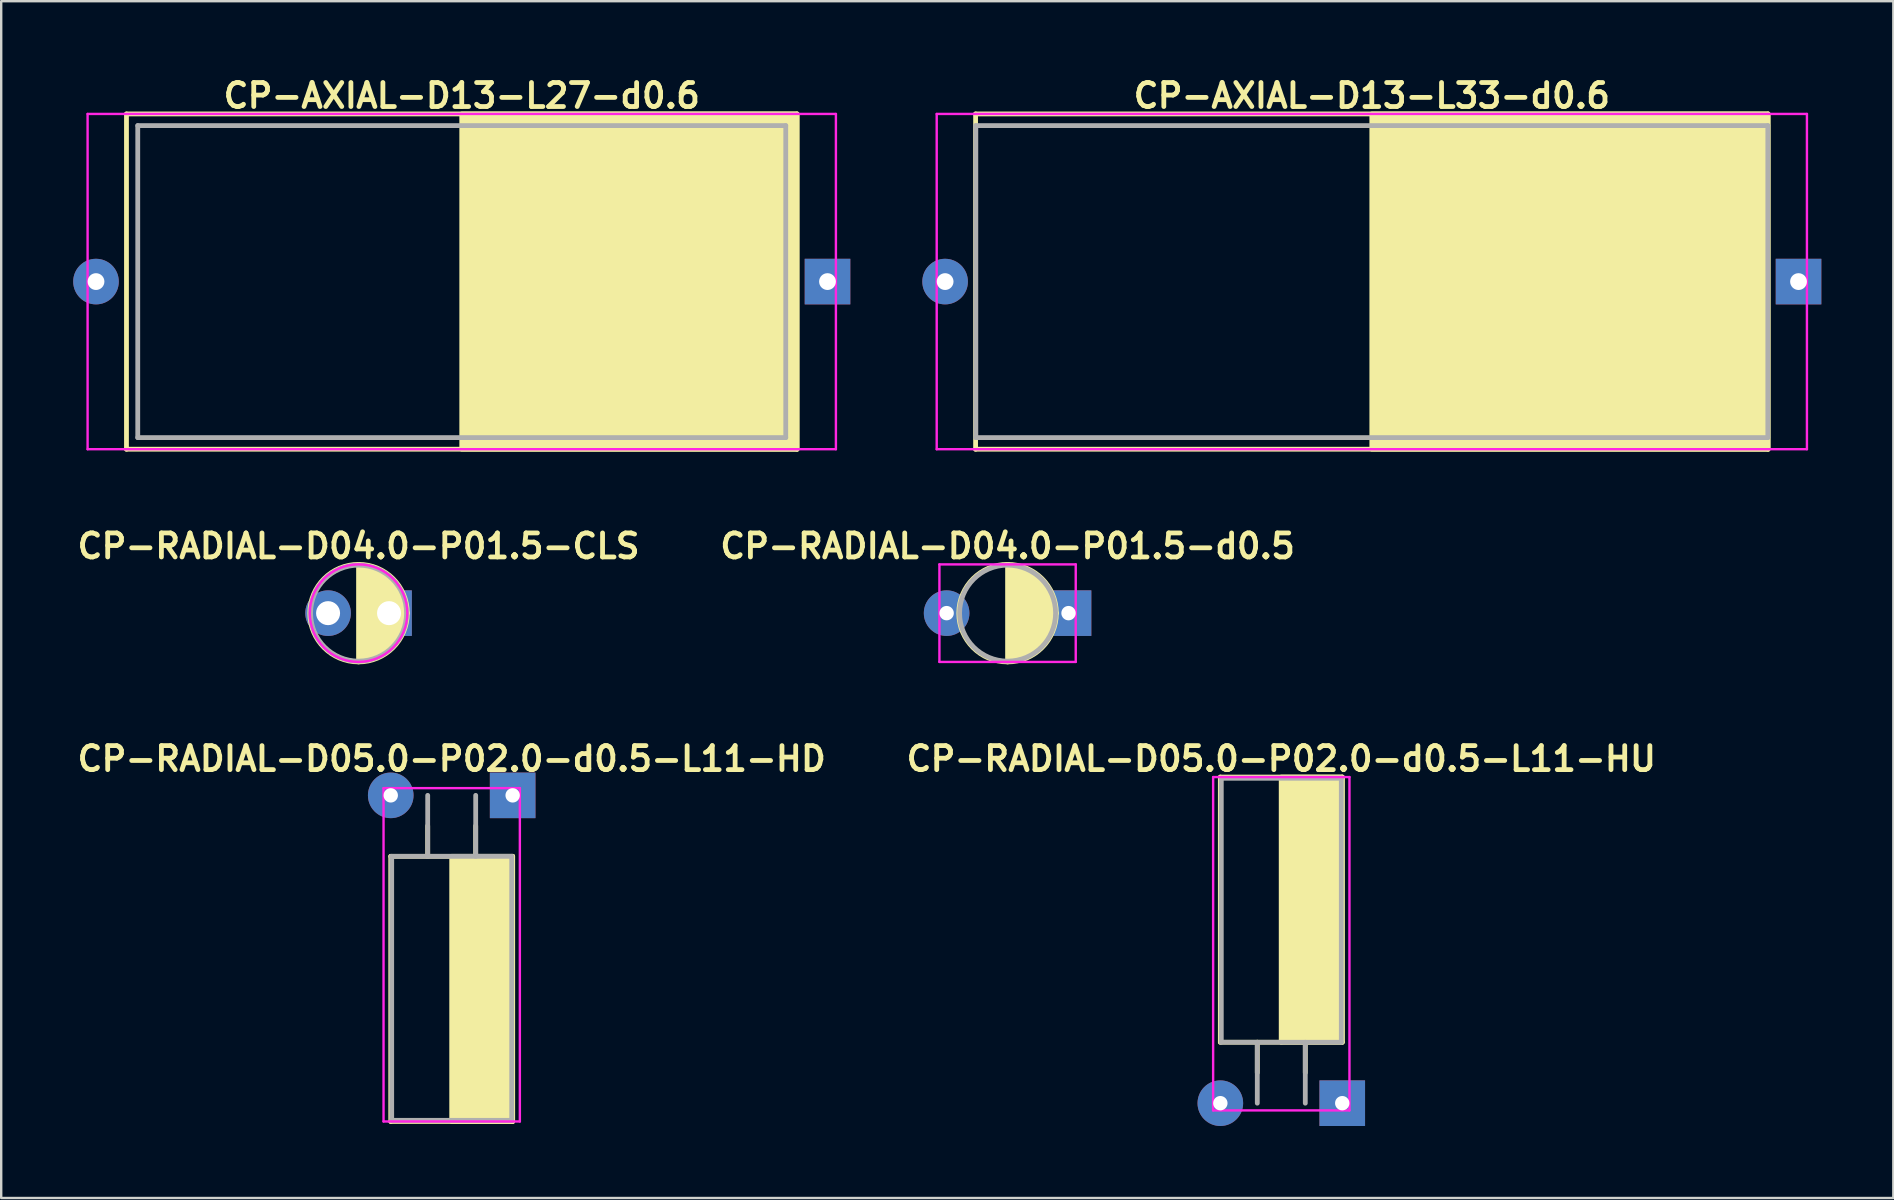
<source format=kicad_pcb>
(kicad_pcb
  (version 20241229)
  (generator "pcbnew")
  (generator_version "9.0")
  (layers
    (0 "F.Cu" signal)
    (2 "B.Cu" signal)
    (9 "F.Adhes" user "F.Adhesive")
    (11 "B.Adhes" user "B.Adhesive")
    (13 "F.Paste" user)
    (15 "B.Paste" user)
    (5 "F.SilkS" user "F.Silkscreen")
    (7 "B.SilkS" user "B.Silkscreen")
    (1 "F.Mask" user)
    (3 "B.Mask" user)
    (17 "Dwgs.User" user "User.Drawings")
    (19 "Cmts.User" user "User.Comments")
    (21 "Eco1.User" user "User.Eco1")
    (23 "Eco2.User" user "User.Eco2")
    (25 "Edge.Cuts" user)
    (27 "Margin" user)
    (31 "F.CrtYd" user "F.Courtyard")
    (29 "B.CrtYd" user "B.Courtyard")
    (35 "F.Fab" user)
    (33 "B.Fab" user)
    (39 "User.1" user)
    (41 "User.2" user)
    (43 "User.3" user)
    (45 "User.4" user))
  (footprint "CP-RADIAL-D04.0-P01.5-CLS"
    (layer "F.Cu")
    (at 11.89 22.498)
    (property "Reference" "CP-RADIAL-D04.0-P01.5-CLS" (at 0 -2.794 0) (layer "F.SilkS") (effects (font (size 1 1) (thickness 0.2))))
    (attr through_hole)
    (fp_circle (center 0 0) (end 2.032 0) (stroke (width 0.2) (type solid)) (fill no) (layer "F.SilkS"))
    (fp_poly (pts (xy 0 -2.032) (xy 1.397 -1.397) (xy 2.032 0) (xy 1.397 1.397) (xy 0 2.032)) (stroke (width 0.2) (type solid)) (fill yes) (layer "F.SilkS"))
    (fp_circle (center 0 0) (end 2.032 0) (stroke (width 0.1) (type solid)) (fill no) (layer "F.CrtYd"))
    (fp_circle (center 0 0) (end 2 0) (stroke (width 0.2) (type solid)) (fill no) (layer "F.Fab"))
    (pad "+" thru_hole circle (at -1.27 0) (size 1.9 1.9) (drill 1) (layers "*.Cu" "*.Mask"))
    (pad "-" thru_hole rect (at 1.27 0) (size 1.9 1.9) (drill 1) (layers "*.Cu" "*.Mask")))
  (footprint "CP-RADIAL-D05.0-P02.0-d0.5-L11-HD"
    (layer "F.Cu")
    (at 15.771 30.09)
    (property "Reference" "CP-RADIAL-D05.0-P02.0-d0.5-L11-HD" (at 0 -1.524 0) (layer "F.SilkS") (effects (font (size 1 1) (thickness 0.2))))
    (attr through_hole)
    (fp_line (start -2.54 2.54) (end 2.54 2.54) (stroke (width 0.2) (type solid)) (layer "F.SilkS"))
    (fp_line (start -2.54 13.589) (end -2.54 2.54) (stroke (width 0.2) (type solid)) (layer "F.SilkS"))
    (fp_line (start -2.54 13.589) (end 2.54 13.589) (stroke (width 0.2) (type solid)) (layer "F.SilkS"))
    (fp_line (start -1 2.54) (end -1 1.27) (stroke (width 0.2) (type solid)) (layer "F.SilkS"))
    (fp_line (start 1 2.54) (end 1 1.27) (stroke (width 0.2) (type solid)) (layer "F.SilkS"))
    (fp_line (start 2.54 13.589) (end 2.54 2.54) (stroke (width 0.2) (type solid)) (layer "F.SilkS"))
    (fp_poly (pts (xy 0 2.54) (xy 2.54 2.54) (xy 2.54 13.589) (xy 0 13.589)) (stroke (width 0.2) (type solid)) (fill yes) (layer "F.SilkS"))
    (fp_line (start -2.84 -0.3) (end 2.84 -0.3) (stroke (width 0.1) (type solid)) (layer "F.CrtYd"))
    (fp_line (start -2.84 13.589) (end -2.84 -0.3) (stroke (width 0.1) (type solid)) (layer "F.CrtYd"))
    (fp_line (start -2.84 13.589) (end 2.84 13.589) (stroke (width 0.1) (type solid)) (layer "F.CrtYd"))
    (fp_line (start 2.84 13.589) (end 2.84 -0.3) (stroke (width 0.1) (type solid)) (layer "F.CrtYd"))
    (fp_line (start -2.5 2.54) (end 2.5 2.54) (stroke (width 0.2) (type solid)) (layer "F.Fab"))
    (fp_line (start -2.5 13.54) (end -2.5 2.54) (stroke (width 0.2) (type solid)) (layer "F.Fab"))
    (fp_line (start -2.5 13.54) (end 2.5 13.54) (stroke (width 0.2) (type solid)) (layer "F.Fab"))
    (fp_line (start -1 2.54) (end -1 0) (stroke (width 0.2) (type solid)) (layer "F.Fab"))
    (fp_line (start 1 2.54) (end 1 0) (stroke (width 0.2) (type solid)) (layer "F.Fab"))
    (fp_line (start 2.5 13.54) (end 2.5 2.54) (stroke (width 0.2) (type solid)) (layer "F.Fab"))
    (pad "+" thru_hole circle (at -2.54 0) (size 1.9 1.9) (drill 0.6) (layers "*.Cu" "*.Mask"))
    (pad "-" thru_hole rect (at 2.54 0) (size 1.9 1.9) (drill 0.6) (layers "*.Cu" "*.Mask")))
  (footprint "CP-RADIAL-D05.0-P02.0-d0.5-L11-HU"
    (layer "F.Cu")
    (at 50.338 42.917)
    (property "Reference" "CP-RADIAL-D05.0-P02.0-d0.5-L11-HU" (at 0 -14.351 0) (layer "F.SilkS") (effects (font (size 1 1) (thickness 0.2))))
    (attr through_hole)
    (fp_line (start -2.54 -13.589) (end -2.54 -2.54) (stroke (width 0.2) (type solid)) (layer "F.SilkS"))
    (fp_line (start -2.54 -13.589) (end 2.54 -13.589) (stroke (width 0.2) (type solid)) (layer "F.SilkS"))
    (fp_line (start -2.54 -2.54) (end 2.54 -2.54) (stroke (width 0.2) (type solid)) (layer "F.SilkS"))
    (fp_line (start -1 -2.54) (end -1 -1.27) (stroke (width 0.2) (type solid)) (layer "F.SilkS"))
    (fp_line (start 0 -13.54) (end 0 -2.54) (stroke (width 0.2) (type solid)) (layer "F.SilkS"))
    (fp_line (start 1 -2.54) (end 1 -1.27) (stroke (width 0.2) (type solid)) (layer "F.SilkS"))
    (fp_line (start 2.54 -13.589) (end 2.54 -2.54) (stroke (width 0.2) (type solid)) (layer "F.SilkS"))
    (fp_poly (pts (xy 0 -13.589) (xy 2.54 -13.589) (xy 2.54 -2.54) (xy 0 -2.54)) (stroke (width 0.2) (type solid)) (fill yes) (layer "F.SilkS"))
    (fp_line (start -2.84 -13.589) (end -2.84 0.3) (stroke (width 0.1) (type solid)) (layer "F.CrtYd"))
    (fp_line (start -2.84 -13.589) (end 2.84 -13.589) (stroke (width 0.1) (type solid)) (layer "F.CrtYd"))
    (fp_line (start -2.84 0.3) (end 2.84 0.3) (stroke (width 0.1) (type solid)) (layer "F.CrtYd"))
    (fp_line (start 2.84 -13.589) (end 2.84 0.3) (stroke (width 0.1) (type solid)) (layer "F.CrtYd"))
    (fp_line (start -2.5 -13.54) (end -2.5 -2.54) (stroke (width 0.2) (type solid)) (layer "F.Fab"))
    (fp_line (start -2.5 -13.54) (end 2.5 -13.54) (stroke (width 0.2) (type solid)) (layer "F.Fab"))
    (fp_line (start -2.5 -2.54) (end 2.5 -2.54) (stroke (width 0.2) (type solid)) (layer "F.Fab"))
    (fp_line (start -1 -2.54) (end -1 0) (stroke (width 0.2) (type solid)) (layer "F.Fab"))
    (fp_line (start 1 -2.54) (end 1 0) (stroke (width 0.2) (type solid)) (layer "F.Fab"))
    (fp_line (start 2.5 -13.54) (end 2.5 -2.54) (stroke (width 0.2) (type solid)) (layer "F.Fab"))
    (pad "+" thru_hole circle (at -2.54 0) (size 1.9 1.9) (drill 0.6) (layers "*.Cu" "*.Mask"))
    (pad "-" thru_hole rect (at 2.54 0) (size 1.9 1.9) (drill 0.6) (layers "*.Cu" "*.Mask")))
  (footprint "CP-AXIAL-D13-L33-d0.6"
    (layer "F.Cu")
    (at 54.11 8.683)
    (property "Reference" "CP-AXIAL-D13-L33-d0.6" (at 0 -7.747 0) (layer "F.SilkS") (effects (font (size 1 1) (thickness 0.2))))
    (attr through_hole)
    (fp_line (start -16.51 -6.985) (end -16.51 6.985) (stroke (width 0.2) (type solid)) (layer "F.SilkS"))
    (fp_line (start -16.51 -6.985) (end 16.51 -6.985) (stroke (width 0.2) (type solid)) (layer "F.SilkS"))
    (fp_line (start -16.51 6.985) (end 16.51 6.985) (stroke (width 0.2) (type solid)) (layer "F.SilkS"))
    (fp_line (start 16.51 -6.985) (end 16.51 6.985) (stroke (width 0.2) (type solid)) (layer "F.SilkS"))
    (fp_poly (pts (xy 0 -6.985) (xy 16.51 -6.985) (xy 16.51 6.985) (xy 0 6.985)) (stroke (width 0.2) (type solid)) (fill yes) (layer "F.SilkS"))
    (fp_line (start -18.13 -6.985) (end -18.13 6.985) (stroke (width 0.1) (type solid)) (layer "F.CrtYd"))
    (fp_line (start -18.13 -6.985) (end 18.13 -6.985) (stroke (width 0.1) (type solid)) (layer "F.CrtYd"))
    (fp_line (start -18.13 6.985) (end 18.13 6.985) (stroke (width 0.1) (type solid)) (layer "F.CrtYd"))
    (fp_line (start 18.13 -6.985) (end 18.13 6.985) (stroke (width 0.1) (type solid)) (layer "F.CrtYd"))
    (fp_line (start -16.5 -6.5) (end -16.5 6.5) (stroke (width 0.2) (type solid)) (layer "F.Fab"))
    (fp_line (start -16.5 -6.5) (end 16.5 -6.5) (stroke (width 0.2) (type solid)) (layer "F.Fab"))
    (fp_line (start -16.5 6.5) (end 16.5 6.5) (stroke (width 0.2) (type solid)) (layer "F.Fab"))
    (fp_line (start 16.5 -6.5) (end 16.5 6.5) (stroke (width 0.2) (type solid)) (layer "F.Fab"))
    (pad "+" thru_hole circle (at -17.78 0) (size 1.9 1.9) (drill 0.7) (layers "*.Cu" "*.Mask"))
    (pad "-" thru_hole rect (at 17.78 0) (size 1.9 1.9) (drill 0.7) (layers "*.Cu" "*.Mask")))
  (footprint "CP-AXIAL-D13-L27-d0.6"
    (layer "F.Cu")
    (at 16.19 8.683)
    (property "Reference" "CP-AXIAL-D13-L27-d0.6" (at 0 -7.747 0) (layer "F.SilkS") (effects (font (size 1 1) (thickness 0.2))))
    (attr through_hole)
    (fp_line (start -13.97 -6.985) (end -13.97 6.985) (stroke (width 0.2) (type solid)) (layer "F.SilkS"))
    (fp_line (start -13.97 -6.985) (end 13.97 -6.985) (stroke (width 0.2) (type solid)) (layer "F.SilkS"))
    (fp_line (start -13.97 6.985) (end 13.97 6.985) (stroke (width 0.2) (type solid)) (layer "F.SilkS"))
    (fp_line (start 13.97 -6.985) (end 13.97 6.985) (stroke (width 0.2) (type solid)) (layer "F.SilkS"))
    (fp_poly (pts (xy 0 -6.985) (xy 13.97 -6.985) (xy 13.97 6.985) (xy 0 6.985)) (stroke (width 0.2) (type solid)) (fill yes) (layer "F.SilkS"))
    (fp_line (start -15.59 -6.985) (end -15.59 6.985) (stroke (width 0.1) (type solid)) (layer "F.CrtYd"))
    (fp_line (start -15.59 -6.985) (end 15.59 -6.985) (stroke (width 0.1) (type solid)) (layer "F.CrtYd"))
    (fp_line (start -15.59 6.985) (end 15.59 6.985) (stroke (width 0.1) (type solid)) (layer "F.CrtYd"))
    (fp_line (start 15.59 -6.985) (end 15.59 6.985) (stroke (width 0.1) (type solid)) (layer "F.CrtYd"))
    (fp_line (start -13.5 -6.5) (end -13.5 6.5) (stroke (width 0.2) (type solid)) (layer "F.Fab"))
    (fp_line (start -13.5 -6.5) (end 13.5 -6.5) (stroke (width 0.2) (type solid)) (layer "F.Fab"))
    (fp_line (start -13.5 6.5) (end 13.5 6.5) (stroke (width 0.2) (type solid)) (layer "F.Fab"))
    (fp_line (start 13.5 -6.5) (end 13.5 6.5) (stroke (width 0.2) (type solid)) (layer "F.Fab"))
    (pad "+" thru_hole circle (at -15.24 0) (size 1.9 1.9) (drill 0.7) (layers "*.Cu" "*.Mask"))
    (pad "-" thru_hole rect (at 15.24 0) (size 1.9 1.9) (drill 0.7) (layers "*.Cu" "*.Mask")))
  (footprint "CP-RADIAL-D04.0-P01.5-d0.5"
    (layer "F.Cu")
    (at 38.933 22.498)
    (property "Reference" "CP-RADIAL-D04.0-P01.5-d0.5" (at 0 -2.794 0) (layer "F.SilkS") (effects (font (size 1 1) (thickness 0.2))))
    (attr through_hole)
    (fp_circle (center 0 0) (end 2.032 0) (stroke (width 0.2) (type solid)) (fill no) (layer "F.SilkS"))
    (fp_poly (pts (xy 0 -2.032) (xy 1.397 -1.397) (xy 2.032 0) (xy 1.397 1.397) (xy 0 2.032)) (stroke (width 0.2) (type solid)) (fill yes) (layer "F.SilkS"))
    (fp_line (start -2.84 -2.032) (end -2.84 2.032) (stroke (width 0.1) (type solid)) (layer "F.CrtYd"))
    (fp_line (start -2.84 -2.032) (end 2.84 -2.032) (stroke (width 0.1) (type solid)) (layer "F.CrtYd"))
    (fp_line (start -2.84 2.032) (end 2.84 2.032) (stroke (width 0.1) (type solid)) (layer "F.CrtYd"))
    (fp_line (start 2.84 -2.032) (end 2.84 2.032) (stroke (width 0.1) (type solid)) (layer "F.CrtYd"))
    (fp_circle (center 0 0) (end 2 0) (stroke (width 0.2) (type solid)) (fill no) (layer "F.Fab"))
    (pad "+" thru_hole circle (at -2.54 0) (size 1.9 1.9) (drill 0.6) (layers "*.Cu" "*.Mask"))
    (pad "-" thru_hole rect (at 2.54 0) (size 1.9 1.9) (drill 0.6) (layers "*.Cu" "*.Mask")))
  (gr_rect
    (start -3 -3)
    (end 75.84 46.867)
    (stroke (width 0.1) (type default))
    (fill no)
    (layer "Edge.Cuts")))
</source>
